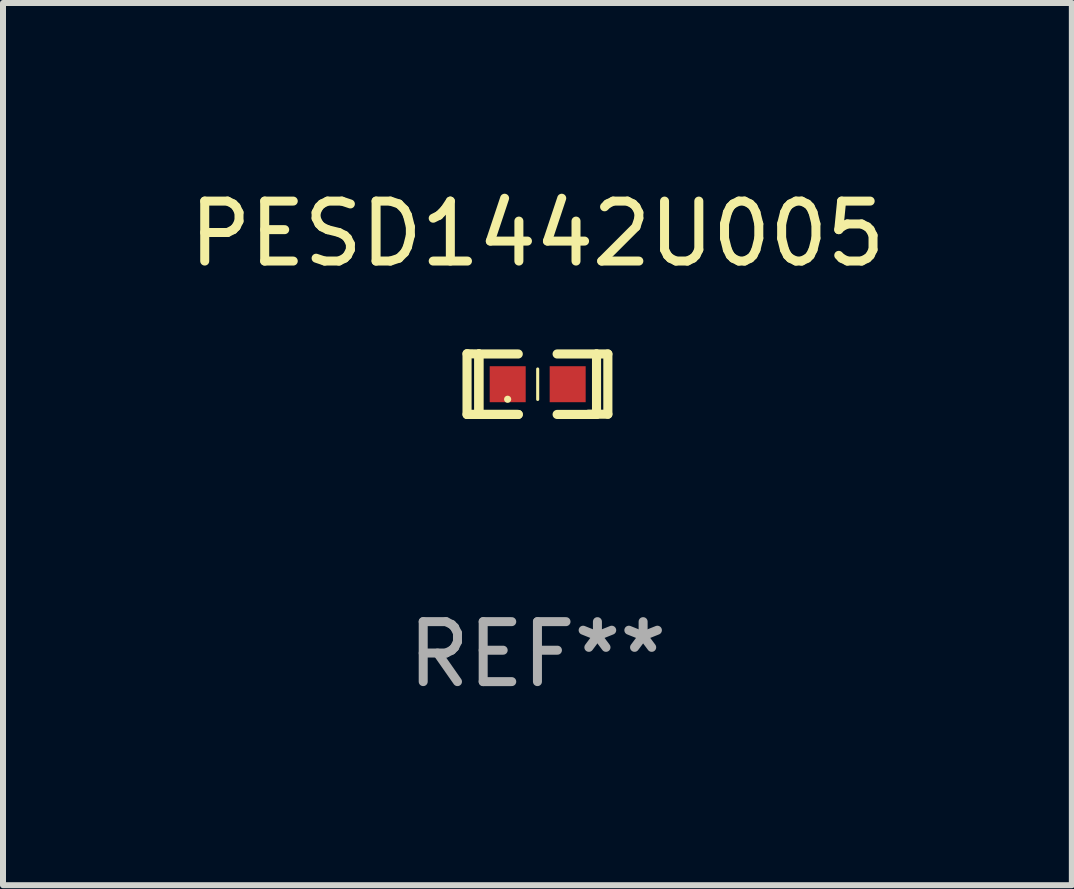
<source format=kicad_pcb>
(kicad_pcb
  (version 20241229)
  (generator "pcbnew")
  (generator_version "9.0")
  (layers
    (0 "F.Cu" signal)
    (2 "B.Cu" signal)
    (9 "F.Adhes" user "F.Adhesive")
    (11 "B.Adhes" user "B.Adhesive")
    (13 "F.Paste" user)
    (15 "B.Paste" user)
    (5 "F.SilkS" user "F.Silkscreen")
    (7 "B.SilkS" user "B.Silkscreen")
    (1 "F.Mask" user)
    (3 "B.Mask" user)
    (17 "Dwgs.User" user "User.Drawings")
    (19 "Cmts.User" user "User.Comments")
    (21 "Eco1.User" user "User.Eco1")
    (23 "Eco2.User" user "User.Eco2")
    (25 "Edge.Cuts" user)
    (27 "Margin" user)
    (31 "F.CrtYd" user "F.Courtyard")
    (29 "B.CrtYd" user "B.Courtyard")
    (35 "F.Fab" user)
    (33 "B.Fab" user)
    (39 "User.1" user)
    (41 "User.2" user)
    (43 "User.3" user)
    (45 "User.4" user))
  (footprint "PESD1442U005"
    (layer "F.Cu")
    (at 5.911 3.354)
    (property "Reference" "PESD1442U005" (at 0 -2.506 0) (layer "F.SilkS") (effects (font (size 1 1) (thickness 0.15))))
    (attr through_hole)
    (fp_line (start -1.174 -0.506) (end -0.977 -0.502) (stroke (width 0.152) (type solid)) (layer "F.SilkS"))
    (fp_line (start -1.174 0.506) (end -1.174 -0.506) (stroke (width 0.152) (type solid)) (layer "F.SilkS"))
    (fp_line (start -0.977 -0.502) (end -0.977 0.506) (stroke (width 0.152) (type solid)) (layer "F.SilkS"))
    (fp_line (start -0.977 -0.502) (end -0.977 0.506) (stroke (width 0.152) (type solid)) (layer "F.SilkS"))
    (fp_line (start -0.977 0.506) (end -1.166 0.506) (stroke (width 0.152) (type solid)) (layer "F.SilkS"))
    (fp_line (start -0.977 0.506) (end -0.32 0.506) (stroke (width 0.152) (type solid)) (layer "F.SilkS"))
    (fp_line (start -0.977 0.506) (end -0.32 0.506) (stroke (width 0.152) (type solid)) (layer "F.SilkS"))
    (fp_line (start -0.971 0.506) (end -1.174 0.506) (stroke (width 0.152) (type solid)) (layer "F.SilkS"))
    (fp_line (start -0.32 -0.502) (end -0.977 -0.502) (stroke (width 0.152) (type solid)) (layer "F.SilkS"))
    (fp_line (start 0.004 -0.252) (end 0.004 0.256) (stroke (width 0.051) (type solid)) (layer "F.SilkS"))
    (fp_line (start 0.328 0.506) (end 0.985 0.506) (stroke (width 0.152) (type solid)) (layer "F.SilkS"))
    (fp_line (start 0.985 -0.502) (end 0.328 -0.502) (stroke (width 0.152) (type solid)) (layer "F.SilkS"))
    (fp_line (start 0.985 -0.502) (end 1.174 -0.502) (stroke (width 0.152) (type solid)) (layer "F.SilkS"))
    (fp_line (start 0.985 0.506) (end 0.985 -0.502) (stroke (width 0.152) (type solid)) (layer "F.SilkS"))
    (fp_line (start 1.174 -0.502) (end 1.174 0.502) (stroke (width 0.152) (type solid)) (layer "F.SilkS"))
    (fp_line (start 1.174 0.502) (end 0.851 0.502) (stroke (width 0.152) (type solid)) (layer "F.SilkS"))
    (fp_circle (center -0.497 0.253) (end -0.467 0.253) (stroke (width 0.06) (type solid)) (fill no) (layer "F.SilkS"))
    (fp_text user "REF**" (at 0 4.506 0) (layer "F.Fab") (effects (font (size 1 1) (thickness 0.15))))
    (pad "1" smd rect (at -0.496 0.002) (size 0.6 0.6) (layers "F.Cu" "F.Mask" "F.Paste"))
    (pad "2" smd rect (at 0.504 0.002) (size 0.6 0.6) (layers "F.Cu" "F.Mask" "F.Paste")))
  (gr_rect
    (start -3 -3)
    (end 14.821 11.709)
    (stroke (width 0.1) (type default))
    (fill no)
    (layer "Edge.Cuts")))
</source>
